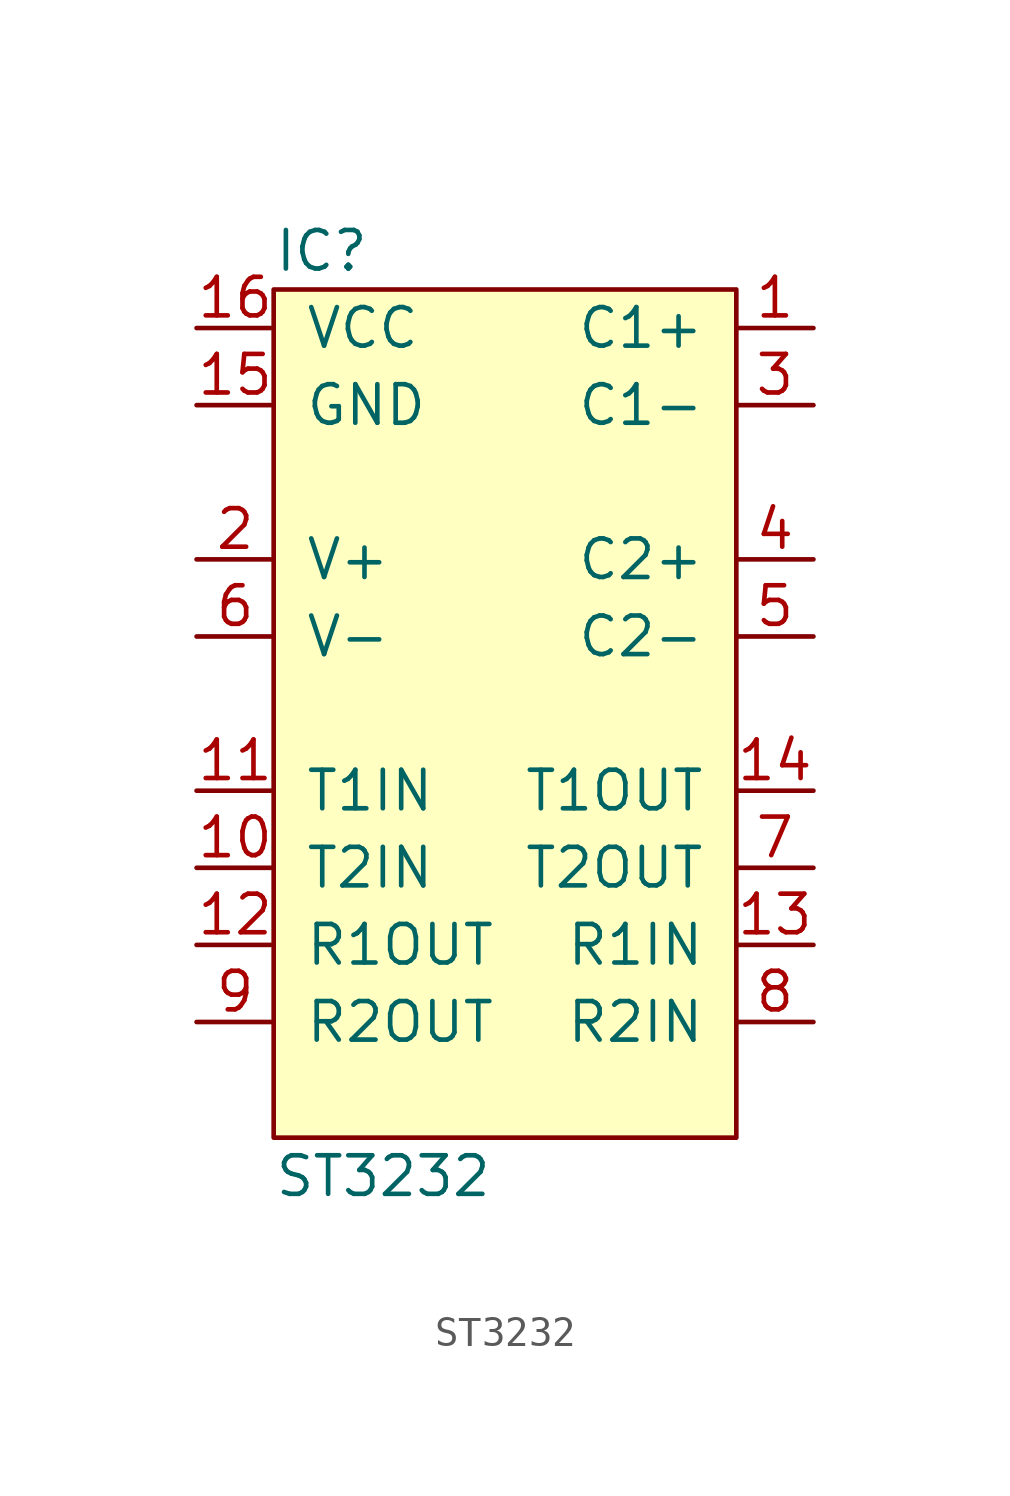
<source format=kicad_sym>
(kicad_symbol_lib
  (version 20211014)
  (generator agg_kicad.build_lib_ic)
  (symbol "ST3232"
    (pin_names
      (offset 1.016))
    (property Reference IC
      (at -7.62 15.24 0)
      (effects (font (size 1.27 1.27)) (justify left)))
    (property Value "ST3232"
      (at -7.62 -15.24 0)
      (effects (font (size 1.27 1.27)) (justify left)))
    (symbol "ST3232_0_0"
      (rectangle (start -7.62 13.97) (end 7.62 -13.97) (stroke (width 0) (type default) (color 0 0 0 0)) (fill (type background)))
      (pin power_in line (at -10.16 12.7 0) (length 2.54) (name VCC (effects (font (size 1.27 1.27)))) (number "16" (effects (font (size 1.27 1.27)))))
      (pin power_in line (at -10.16 10.16 0) (length 2.54) (name GND (effects (font (size 1.27 1.27)))) (number "15" (effects (font (size 1.27 1.27)))))
      (pin power_out line (at -10.16 5.08 0) (length 2.54) (name "V+" (effects (font (size 1.27 1.27)))) (number "2" (effects (font (size 1.27 1.27)))))
      (pin power_out line (at -10.16 2.54 0) (length 2.54) (name "V-" (effects (font (size 1.27 1.27)))) (number "6" (effects (font (size 1.27 1.27)))))
      (pin input line (at -10.16 -2.54 0) (length 2.54) (name "T1IN" (effects (font (size 1.27 1.27)))) (number "11" (effects (font (size 1.27 1.27)))))
      (pin input line (at -10.16 -5.08 0) (length 2.54) (name "T2IN" (effects (font (size 1.27 1.27)))) (number "10" (effects (font (size 1.27 1.27)))))
      (pin output line (at -10.16 -7.62 0) (length 2.54) (name "R1OUT" (effects (font (size 1.27 1.27)))) (number "12" (effects (font (size 1.27 1.27)))))
      (pin output line (at -10.16 -10.16 0) (length 2.54) (name "R2OUT" (effects (font (size 1.27 1.27)))) (number "9" (effects (font (size 1.27 1.27)))))
      (pin passive line (at 10.16 12.7 180) (length 2.54) (name "C1+" (effects (font (size 1.27 1.27)))) (number "1" (effects (font (size 1.27 1.27)))))
      (pin passive line (at 10.16 10.16 180) (length 2.54) (name "C1-" (effects (font (size 1.27 1.27)))) (number "3" (effects (font (size 1.27 1.27)))))
      (pin passive line (at 10.16 5.08 180) (length 2.54) (name "C2+" (effects (font (size 1.27 1.27)))) (number "4" (effects (font (size 1.27 1.27)))))
      (pin passive line (at 10.16 2.54 180) (length 2.54) (name "C2-" (effects (font (size 1.27 1.27)))) (number "5" (effects (font (size 1.27 1.27)))))
      (pin output line (at 10.16 -2.54 180) (length 2.54) (name "T1OUT" (effects (font (size 1.27 1.27)))) (number "14" (effects (font (size 1.27 1.27)))))
      (pin output line (at 10.16 -5.08 180) (length 2.54) (name "T2OUT" (effects (font (size 1.27 1.27)))) (number "7" (effects (font (size 1.27 1.27)))))
      (pin input line (at 10.16 -7.62 180) (length 2.54) (name "R1IN" (effects (font (size 1.27 1.27)))) (number "13" (effects (font (size 1.27 1.27)))))
      (pin input line (at 10.16 -10.16 180) (length 2.54) (name "R2IN" (effects (font (size 1.27 1.27)))) (number "8" (effects (font (size 1.27 1.27))))))))
</source>
